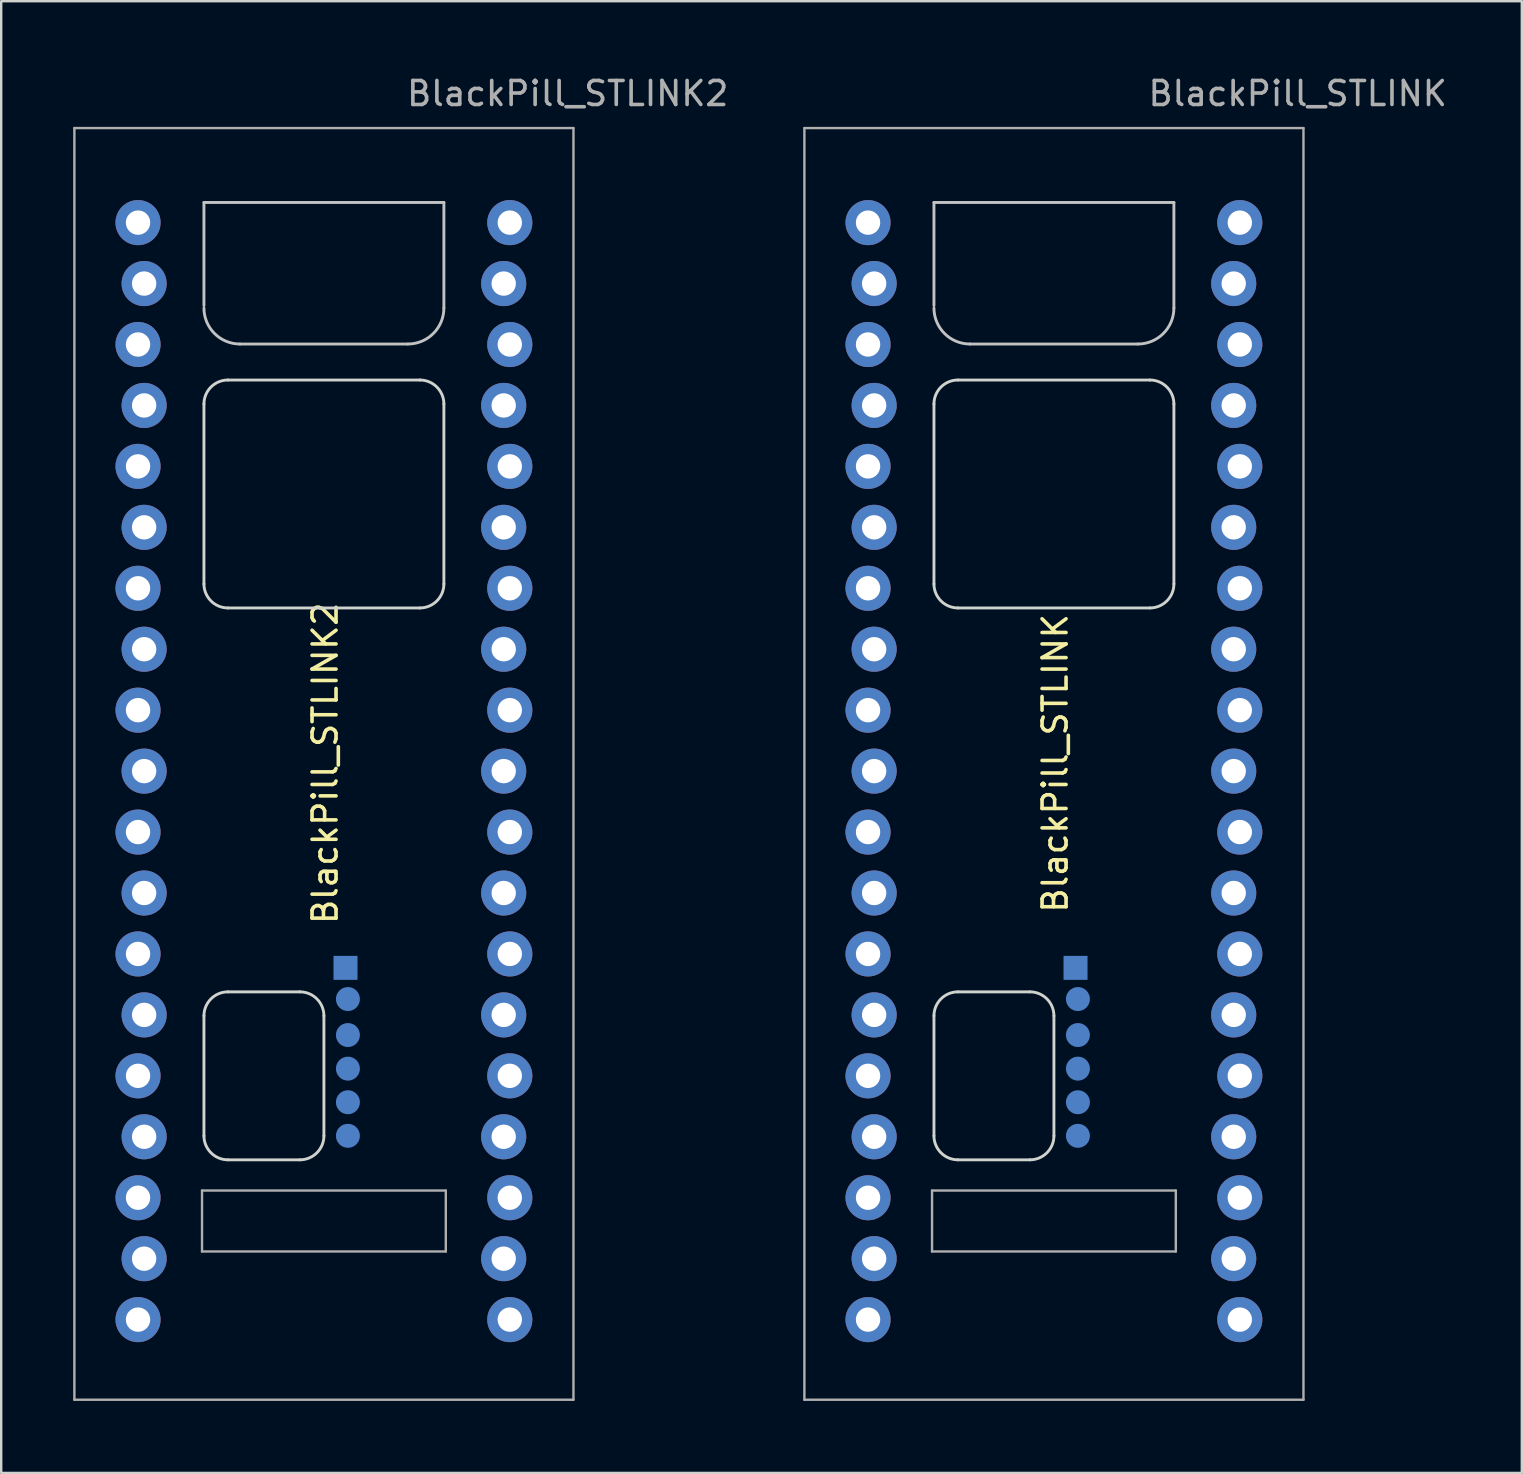
<source format=kicad_pcb>
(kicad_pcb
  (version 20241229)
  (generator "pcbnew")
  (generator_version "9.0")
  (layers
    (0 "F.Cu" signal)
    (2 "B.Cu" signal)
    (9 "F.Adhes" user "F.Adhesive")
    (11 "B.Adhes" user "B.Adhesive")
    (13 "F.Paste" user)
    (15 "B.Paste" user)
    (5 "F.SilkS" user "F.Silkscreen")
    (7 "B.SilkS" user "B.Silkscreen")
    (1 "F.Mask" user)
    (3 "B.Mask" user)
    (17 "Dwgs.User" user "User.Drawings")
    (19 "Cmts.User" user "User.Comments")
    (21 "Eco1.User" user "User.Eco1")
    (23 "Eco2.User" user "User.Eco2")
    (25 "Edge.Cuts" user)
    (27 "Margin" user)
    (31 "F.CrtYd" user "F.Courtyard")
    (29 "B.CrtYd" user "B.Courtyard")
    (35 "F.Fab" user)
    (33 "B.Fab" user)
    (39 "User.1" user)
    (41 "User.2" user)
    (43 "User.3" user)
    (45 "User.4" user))
  (footprint "BlackPill_STLINK2"
    (layer "F.Cu")
    (at 10.45 28.788)
    (property "Reference" "BlackPill_STLINK2" (at 0.05 -0.025 90) (layer "F.SilkS") (effects (font (size 1 1) (thickness 0.15))))
    (attr through_hole)
    (fp_line (start -5 -19.1) (end -5 -23.4) (stroke (width 0.12) (type solid)) (layer "Dwgs.User"))
    (fp_line (start -3.5 -17.5) (end 3.5 -17.5) (stroke (width 0.12) (type solid)) (layer "Dwgs.User"))
    (fp_line (start 5 -23.4) (end -5 -23.4) (stroke (width 0.12) (type solid)) (layer "Dwgs.User"))
    (fp_line (start 5 -19) (end 5 -23.4) (stroke (width 0.12) (type solid)) (layer "Dwgs.User"))
    (fp_arc (start -3.5 -17.5) (mid -4.56066 -17.93934) (end -5 -19) (stroke (width 0.12) (type solid)) (layer "Dwgs.User"))
    (fp_arc (start 5 -19) (mid 4.56066 -17.93934) (end 3.5 -17.5) (stroke (width 0.12) (type solid)) (layer "Dwgs.User"))
    (fp_line (start -5 -7.5) (end -5 -15) (stroke (width 0.12) (type solid)) (layer "Edge.Cuts"))
    (fp_line (start -5 15.5) (end -5 10.5) (stroke (width 0.12) (type solid)) (layer "Edge.Cuts"))
    (fp_line (start -4 -16) (end 4 -16) (stroke (width 0.12) (type solid)) (layer "Edge.Cuts"))
    (fp_line (start -4 9.5) (end -1 9.5) (stroke (width 0.12) (type solid)) (layer "Edge.Cuts"))
    (fp_line (start -1 16.5) (end -4 16.5) (stroke (width 0.12) (type solid)) (layer "Edge.Cuts"))
    (fp_line (start 0 10.5) (end 0 15.5) (stroke (width 0.12) (type solid)) (layer "Edge.Cuts"))
    (fp_line (start 4 -6.5) (end -4 -6.5) (stroke (width 0.12) (type solid)) (layer "Edge.Cuts"))
    (fp_line (start 5 -15) (end 5 -7.5) (stroke (width 0.12) (type solid)) (layer "Edge.Cuts"))
    (fp_arc (start -5 -15) (mid -4.707107 -15.707107) (end -4 -16) (stroke (width 0.12) (type solid)) (layer "Edge.Cuts"))
    (fp_arc (start -5 10.5) (mid -4.707107 9.792893) (end -4 9.5) (stroke (width 0.12) (type solid)) (layer "Edge.Cuts"))
    (fp_arc (start -4 -6.5) (mid -4.707107 -6.792893) (end -5 -7.5) (stroke (width 0.12) (type solid)) (layer "Edge.Cuts"))
    (fp_arc (start -4 16.5) (mid -4.707107 16.207107) (end -5 15.5) (stroke (width 0.12) (type solid)) (layer "Edge.Cuts"))
    (fp_arc (start -1 9.5) (mid -0.292893 9.792893) (end 0 10.5) (stroke (width 0.12) (type solid)) (layer "Edge.Cuts"))
    (fp_arc (start 0 15.5) (mid -0.292893 16.207107) (end -1 16.5) (stroke (width 0.12) (type solid)) (layer "Edge.Cuts"))
    (fp_arc (start 4 -16) (mid 4.707107 -15.707107) (end 5 -15) (stroke (width 0.12) (type solid)) (layer "Edge.Cuts"))
    (fp_arc (start 5 -7.5) (mid 4.707107 -6.792893) (end 4 -6.5) (stroke (width 0.12) (type solid)) (layer "Edge.Cuts"))
    (fp_line (start -10.4 -26.5) (end -10.4 26.5) (stroke (width 0.1) (type solid)) (layer "F.Fab"))
    (fp_line (start -10.4 26.5) (end 10.4 26.5) (stroke (width 0.1) (type solid)) (layer "F.Fab"))
    (fp_line (start -5.08 17.78) (end 5.08 17.78) (stroke (width 0.1) (type solid)) (layer "F.Fab"))
    (fp_line (start -5.08 20.32) (end -5.08 17.78) (stroke (width 0.1) (type solid)) (layer "F.Fab"))
    (fp_line (start 5.08 17.78) (end 5.08 20.32) (stroke (width 0.1) (type solid)) (layer "F.Fab"))
    (fp_line (start 5.08 20.32) (end -5.08 20.32) (stroke (width 0.1) (type solid)) (layer "F.Fab"))
    (fp_line (start 10.4 -26.5) (end -10.4 -26.5) (stroke (width 0.1) (type solid)) (layer "F.Fab"))
    (fp_line (start 10.4 26.5) (end 10.4 -26.5) (stroke (width 0.1) (type solid)) (layer "F.Fab"))
    (fp_text user "${REFERENCE}" (at 10.16 -27.94 180) (layer "F.Fab") (effects (font (size 1 1) (thickness 0.15))))
    (pad "1" smd circle (at 1 11.3 270) (size 1 1) (layers "B.Cu" "B.Mask" "B.Paste"))
    (pad "2" thru_hole circle (at -7.747 -22.56 270) (size 1.88 1.88) (drill 1.016) (layers "*.Cu" "*.Mask"))
    (pad "3" thru_hole circle (at -7.493 -20.02 270) (size 1.88 1.88) (drill 1.016) (layers "*.Cu" "*.Mask"))
    (pad "4" thru_hole circle (at -7.747 -17.48 270) (size 1.88 1.88) (drill 1.016) (layers "*.Cu" "*.Mask"))
    (pad "5" thru_hole circle (at -7.493 -14.94 270) (size 1.88 1.88) (drill 1.016) (layers "*.Cu" "*.Mask"))
    (pad "6" thru_hole circle (at -7.747 -12.4 270) (size 1.88 1.88) (drill 1.016) (layers "*.Cu" "*.Mask"))
    (pad "7" thru_hole circle (at -7.493 -9.86 270) (size 1.88 1.88) (drill 1.016) (layers "*.Cu" "*.Mask"))
    (pad "8" thru_hole circle (at -7.747 -7.32 270) (size 1.88 1.88) (drill 1.016) (layers "*.Cu" "*.Mask"))
    (pad "9" thru_hole circle (at -7.493 -4.78 270) (size 1.88 1.88) (drill 1.016) (layers "*.Cu" "*.Mask"))
    (pad "10" thru_hole circle (at -7.747 -2.24 270) (size 1.88 1.88) (drill 1.016) (layers "*.Cu" "*.Mask"))
    (pad "11" thru_hole circle (at -7.493 0.3 270) (size 1.88 1.88) (drill 1.016) (layers "*.Cu" "*.Mask"))
    (pad "12" thru_hole circle (at -7.747 2.84 270) (size 1.88 1.88) (drill 1.016) (layers "*.Cu" "*.Mask"))
    (pad "13" thru_hole circle (at -7.493 5.38 270) (size 1.88 1.88) (drill 1.016) (layers "*.Cu" "*.Mask"))
    (pad "14" thru_hole circle (at -7.747 7.92 270) (size 1.88 1.88) (drill 1.016) (layers "*.Cu" "*.Mask"))
    (pad "15" thru_hole circle (at -7.493 10.46 270) (size 1.88 1.88) (drill 1.016) (layers "*.Cu" "*.Mask"))
    (pad "16" thru_hole circle (at -7.747 13 270) (size 1.88 1.88) (drill 1.016) (layers "*.Cu" "*.Mask"))
    (pad "17" thru_hole circle (at -7.493 15.54 270) (size 1.88 1.88) (drill 1.016) (layers "*.Cu" "*.Mask"))
    (pad "18" thru_hole circle (at -7.747 18.08 270) (size 1.88 1.88) (drill 1.016) (layers "*.Cu" "*.Mask"))
    (pad "19" thru_hole circle (at -7.493 20.62 270) (size 1.88 1.88) (drill 1.016) (layers "*.Cu" "*.Mask"))
    (pad "20" thru_hole circle (at -7.747 23.16 270) (size 1.88 1.88) (drill 1.016) (layers "*.Cu" "*.Mask"))
    (pad "21" thru_hole circle (at 7.747 23.16 90) (size 1.88 1.88) (drill 1.016) (layers "*.Cu" "*.Mask"))
    (pad "22" thru_hole circle (at 7.493 20.62 90) (size 1.88 1.88) (drill 1.016) (layers "*.Cu" "*.Mask"))
    (pad "23" thru_hole circle (at 7.747 18.08 90) (size 1.88 1.88) (drill 1.016) (layers "*.Cu" "*.Mask"))
    (pad "24" thru_hole circle (at 7.493 15.54 90) (size 1.88 1.88) (drill 1.016) (layers "*.Cu" "*.Mask"))
    (pad "25" thru_hole circle (at 7.747 13 90) (size 1.88 1.88) (drill 1.016) (layers "*.Cu" "*.Mask"))
    (pad "26" thru_hole circle (at 7.493 10.46 90) (size 1.88 1.88) (drill 1.016) (layers "*.Cu" "*.Mask"))
    (pad "27" thru_hole circle (at 7.747 7.92 90) (size 1.88 1.88) (drill 1.016) (layers "*.Cu" "*.Mask"))
    (pad "28" thru_hole circle (at 7.493 5.38 90) (size 1.88 1.88) (drill 1.016) (layers "*.Cu" "*.Mask"))
    (pad "29" thru_hole circle (at 7.747 2.84 90) (size 1.88 1.88) (drill 1.016) (layers "*.Cu" "*.Mask"))
    (pad "30" thru_hole circle (at 7.493 0.3 90) (size 1.88 1.88) (drill 1.016) (layers "*.Cu" "*.Mask"))
    (pad "31" thru_hole circle (at 7.747 -2.24 90) (size 1.88 1.88) (drill 1.016) (layers "*.Cu" "*.Mask"))
    (pad "32" thru_hole circle (at 7.493 -4.78 90) (size 1.88 1.88) (drill 1.016) (layers "*.Cu" "*.Mask"))
    (pad "33" thru_hole circle (at 7.747 -7.32 90) (size 1.88 1.88) (drill 1.016) (layers "*.Cu" "*.Mask"))
    (pad "34" thru_hole circle (at 7.493 -9.86 90) (size 1.88 1.88) (drill 1.016) (layers "*.Cu" "*.Mask"))
    (pad "35" thru_hole circle (at 7.747 -12.4 90) (size 1.88 1.88) (drill 1.016) (layers "*.Cu" "*.Mask"))
    (pad "36" thru_hole circle (at 7.493 -14.94 90) (size 1.88 1.88) (drill 1.016) (layers "*.Cu" "*.Mask"))
    (pad "37" thru_hole circle (at 7.747 -17.48 90) (size 1.88 1.88) (drill 1.016) (layers "*.Cu" "*.Mask"))
    (pad "38" thru_hole circle (at 7.493 -20.02 90) (size 1.88 1.88) (drill 1.016) (layers "*.Cu" "*.Mask"))
    (pad "39" thru_hole circle (at 7.747 -22.56 90) (size 1.88 1.88) (drill 1.016) (layers "*.Cu" "*.Mask"))
    (pad "40" smd circle (at 1 14.1 90) (size 1 1) (layers "B.Cu" "B.Mask" "B.Paste"))
    (pad "41" smd rect (at 0.9 8.5 90) (size 1 1) (layers "B.Cu" "B.Mask" "B.Paste"))
    (pad "42" smd circle (at 1 15.5 90) (size 1 1) (layers "B.Cu" "B.Mask" "B.Paste"))
    (pad "43" smd circle (at 1 9.8 90) (size 1 1) (layers "B.Cu" "B.Mask" "B.Paste"))
    (pad "44" smd circle (at 1 12.7 90) (size 1 1) (layers "B.Cu" "B.Mask" "B.Paste")))
  (footprint "BlackPill_STLINK"
    (layer "F.Cu")
    (at 40.875 28.788)
    (property "Reference" "BlackPill_STLINK" (at 0.05 -0.025 90) (layer "F.SilkS") (effects (font (size 1 1) (thickness 0.15))))
    (attr through_hole)
    (fp_line (start -5 -19.1) (end -5 -23.4) (stroke (width 0.12) (type solid)) (layer "Dwgs.User"))
    (fp_line (start -3.5 -17.5) (end 3.5 -17.5) (stroke (width 0.12) (type solid)) (layer "Dwgs.User"))
    (fp_line (start 5 -23.4) (end -5 -23.4) (stroke (width 0.12) (type solid)) (layer "Dwgs.User"))
    (fp_line (start 5 -19) (end 5 -23.4) (stroke (width 0.12) (type solid)) (layer "Dwgs.User"))
    (fp_arc (start -3.5 -17.5) (mid -4.56066 -17.93934) (end -5 -19) (stroke (width 0.12) (type solid)) (layer "Dwgs.User"))
    (fp_arc (start 5 -19) (mid 4.56066 -17.93934) (end 3.5 -17.5) (stroke (width 0.12) (type solid)) (layer "Dwgs.User"))
    (fp_line (start -5 -7.5) (end -5 -15) (stroke (width 0.12) (type solid)) (layer "Edge.Cuts"))
    (fp_line (start -5 15.5) (end -5 10.5) (stroke (width 0.12) (type solid)) (layer "Edge.Cuts"))
    (fp_line (start -4 -16) (end 4 -16) (stroke (width 0.12) (type solid)) (layer "Edge.Cuts"))
    (fp_line (start -4 9.5) (end -1 9.5) (stroke (width 0.12) (type solid)) (layer "Edge.Cuts"))
    (fp_line (start -1 16.5) (end -4 16.5) (stroke (width 0.12) (type solid)) (layer "Edge.Cuts"))
    (fp_line (start 0 10.5) (end 0 15.5) (stroke (width 0.12) (type solid)) (layer "Edge.Cuts"))
    (fp_line (start 4 -6.5) (end -4 -6.5) (stroke (width 0.12) (type solid)) (layer "Edge.Cuts"))
    (fp_line (start 5 -15) (end 5 -7.5) (stroke (width 0.12) (type solid)) (layer "Edge.Cuts"))
    (fp_arc (start -5 -15) (mid -4.707107 -15.707107) (end -4 -16) (stroke (width 0.12) (type solid)) (layer "Edge.Cuts"))
    (fp_arc (start -5 10.5) (mid -4.707107 9.792893) (end -4 9.5) (stroke (width 0.12) (type solid)) (layer "Edge.Cuts"))
    (fp_arc (start -4 -6.5) (mid -4.707107 -6.792893) (end -5 -7.5) (stroke (width 0.12) (type solid)) (layer "Edge.Cuts"))
    (fp_arc (start -4 16.5) (mid -4.707107 16.207107) (end -5 15.5) (stroke (width 0.12) (type solid)) (layer "Edge.Cuts"))
    (fp_arc (start -1 9.5) (mid -0.292893 9.792893) (end 0 10.5) (stroke (width 0.12) (type solid)) (layer "Edge.Cuts"))
    (fp_arc (start 0 15.5) (mid -0.292893 16.207107) (end -1 16.5) (stroke (width 0.12) (type solid)) (layer "Edge.Cuts"))
    (fp_arc (start 4 -16) (mid 4.707107 -15.707107) (end 5 -15) (stroke (width 0.12) (type solid)) (layer "Edge.Cuts"))
    (fp_arc (start 5 -7.5) (mid 4.707107 -6.792893) (end 4 -6.5) (stroke (width 0.12) (type solid)) (layer "Edge.Cuts"))
    (fp_line (start -10.4 -26.5) (end -10.4 26.5) (stroke (width 0.1) (type solid)) (layer "F.Fab"))
    (fp_line (start -10.4 26.5) (end 10.4 26.5) (stroke (width 0.1) (type solid)) (layer "F.Fab"))
    (fp_line (start -5.08 17.78) (end 5.08 17.78) (stroke (width 0.1) (type solid)) (layer "F.Fab"))
    (fp_line (start -5.08 20.32) (end -5.08 17.78) (stroke (width 0.1) (type solid)) (layer "F.Fab"))
    (fp_line (start 5.08 17.78) (end 5.08 20.32) (stroke (width 0.1) (type solid)) (layer "F.Fab"))
    (fp_line (start 5.08 20.32) (end -5.08 20.32) (stroke (width 0.1) (type solid)) (layer "F.Fab"))
    (fp_line (start 10.4 -26.5) (end -10.4 -26.5) (stroke (width 0.1) (type solid)) (layer "F.Fab"))
    (fp_line (start 10.4 26.5) (end 10.4 -26.5) (stroke (width 0.1) (type solid)) (layer "F.Fab"))
    (fp_text user "${REFERENCE}" (at 10.16 -27.94 180) (layer "F.Fab") (effects (font (size 1 1) (thickness 0.15))))
    (pad "1" smd circle (at 1 11.3 270) (size 1 1) (layers "B.Cu" "B.Mask" "B.Paste"))
    (pad "2" thru_hole circle (at -7.747 -22.56 270) (size 1.88 1.88) (drill 1.016) (layers "*.Cu" "*.Mask"))
    (pad "3" thru_hole circle (at -7.493 -20.02 270) (size 1.88 1.88) (drill 1.016) (layers "*.Cu" "*.Mask"))
    (pad "4" thru_hole circle (at -7.747 -17.48 270) (size 1.88 1.88) (drill 1.016) (layers "*.Cu" "*.Mask"))
    (pad "5" thru_hole circle (at -7.493 -14.94 270) (size 1.88 1.88) (drill 1.016) (layers "*.Cu" "*.Mask"))
    (pad "6" thru_hole circle (at -7.747 -12.4 270) (size 1.88 1.88) (drill 1.016) (layers "*.Cu" "*.Mask"))
    (pad "7" thru_hole circle (at -7.493 -9.86 270) (size 1.88 1.88) (drill 1.016) (layers "*.Cu" "*.Mask"))
    (pad "8" thru_hole circle (at -7.747 -7.32 270) (size 1.88 1.88) (drill 1.016) (layers "*.Cu" "*.Mask"))
    (pad "9" thru_hole circle (at -7.493 -4.78 270) (size 1.88 1.88) (drill 1.016) (layers "*.Cu" "*.Mask"))
    (pad "10" thru_hole circle (at -7.747 -2.24 270) (size 1.88 1.88) (drill 1.016) (layers "*.Cu" "*.Mask"))
    (pad "11" thru_hole circle (at -7.493 0.3 270) (size 1.88 1.88) (drill 1.016) (layers "*.Cu" "*.Mask"))
    (pad "12" thru_hole circle (at -7.747 2.84 270) (size 1.88 1.88) (drill 1.016) (layers "*.Cu" "*.Mask"))
    (pad "13" thru_hole circle (at -7.493 5.38 270) (size 1.88 1.88) (drill 1.016) (layers "*.Cu" "*.Mask"))
    (pad "14" thru_hole circle (at -7.747 7.92 270) (size 1.88 1.88) (drill 1.016) (layers "*.Cu" "*.Mask"))
    (pad "15" thru_hole circle (at -7.493 10.46 270) (size 1.88 1.88) (drill 1.016) (layers "*.Cu" "*.Mask"))
    (pad "16" thru_hole circle (at -7.747 13 270) (size 1.88 1.88) (drill 1.016) (layers "*.Cu" "*.Mask"))
    (pad "17" thru_hole circle (at -7.493 15.54 270) (size 1.88 1.88) (drill 1.016) (layers "*.Cu" "*.Mask"))
    (pad "18" thru_hole circle (at -7.747 18.08 270) (size 1.88 1.88) (drill 1.016) (layers "*.Cu" "*.Mask"))
    (pad "19" thru_hole circle (at -7.493 20.62 270) (size 1.88 1.88) (drill 1.016) (layers "*.Cu" "*.Mask"))
    (pad "20" thru_hole circle (at -7.747 23.16 270) (size 1.88 1.88) (drill 1.016) (layers "*.Cu" "*.Mask"))
    (pad "21" thru_hole circle (at 7.747 23.16 90) (size 1.88 1.88) (drill 1.016) (layers "*.Cu" "*.Mask"))
    (pad "22" thru_hole circle (at 7.493 20.62 90) (size 1.88 1.88) (drill 1.016) (layers "*.Cu" "*.Mask"))
    (pad "23" thru_hole circle (at 7.747 18.08 90) (size 1.88 1.88) (drill 1.016) (layers "*.Cu" "*.Mask"))
    (pad "24" thru_hole circle (at 7.493 15.54 90) (size 1.88 1.88) (drill 1.016) (layers "*.Cu" "*.Mask"))
    (pad "25" thru_hole circle (at 7.747 13 90) (size 1.88 1.88) (drill 1.016) (layers "*.Cu" "*.Mask"))
    (pad "26" thru_hole circle (at 7.493 10.46 90) (size 1.88 1.88) (drill 1.016) (layers "*.Cu" "*.Mask"))
    (pad "27" thru_hole circle (at 7.747 7.92 90) (size 1.88 1.88) (drill 1.016) (layers "*.Cu" "*.Mask"))
    (pad "28" thru_hole circle (at 7.493 5.38 90) (size 1.88 1.88) (drill 1.016) (layers "*.Cu" "*.Mask"))
    (pad "29" thru_hole circle (at 7.747 2.84 90) (size 1.88 1.88) (drill 1.016) (layers "*.Cu" "*.Mask"))
    (pad "30" thru_hole circle (at 7.493 0.3 90) (size 1.88 1.88) (drill 1.016) (layers "*.Cu" "*.Mask"))
    (pad "31" thru_hole circle (at 7.747 -2.24 90) (size 1.88 1.88) (drill 1.016) (layers "*.Cu" "*.Mask"))
    (pad "32" thru_hole circle (at 7.493 -4.78 90) (size 1.88 1.88) (drill 1.016) (layers "*.Cu" "*.Mask"))
    (pad "33" thru_hole circle (at 7.747 -7.32 90) (size 1.88 1.88) (drill 1.016) (layers "*.Cu" "*.Mask"))
    (pad "34" thru_hole circle (at 7.493 -9.86 90) (size 1.88 1.88) (drill 1.016) (layers "*.Cu" "*.Mask"))
    (pad "35" thru_hole circle (at 7.747 -12.4 90) (size 1.88 1.88) (drill 1.016) (layers "*.Cu" "*.Mask"))
    (pad "36" thru_hole circle (at 7.493 -14.94 90) (size 1.88 1.88) (drill 1.016) (layers "*.Cu" "*.Mask"))
    (pad "37" thru_hole circle (at 7.747 -17.48 90) (size 1.88 1.88) (drill 1.016) (layers "*.Cu" "*.Mask"))
    (pad "38" thru_hole circle (at 7.493 -20.02 90) (size 1.88 1.88) (drill 1.016) (layers "*.Cu" "*.Mask"))
    (pad "39" thru_hole circle (at 7.747 -22.56 90) (size 1.88 1.88) (drill 1.016) (layers "*.Cu" "*.Mask"))
    (pad "40" smd circle (at 1 14.1 90) (size 1 1) (layers "B.Cu" "B.Mask" "B.Paste"))
    (pad "41" smd rect (at 0.9 8.5 90) (size 1 1) (layers "B.Cu" "B.Mask" "B.Paste"))
    (pad "42" smd circle (at 1 15.5 90) (size 1 1) (layers "B.Cu" "B.Mask" "B.Paste"))
    (pad "43" smd circle (at 1 9.8 90) (size 1 1) (layers "B.Cu" "B.Mask" "B.Paste"))
    (pad "44" smd circle (at 1 12.7 90) (size 1 1) (layers "B.Cu" "B.Mask" "B.Paste")))
  (gr_rect
    (start -3 -3)
    (end 60.375 58.338)
    (stroke (width 0.1) (type default))
    (fill no)
    (layer "Edge.Cuts")))
</source>
